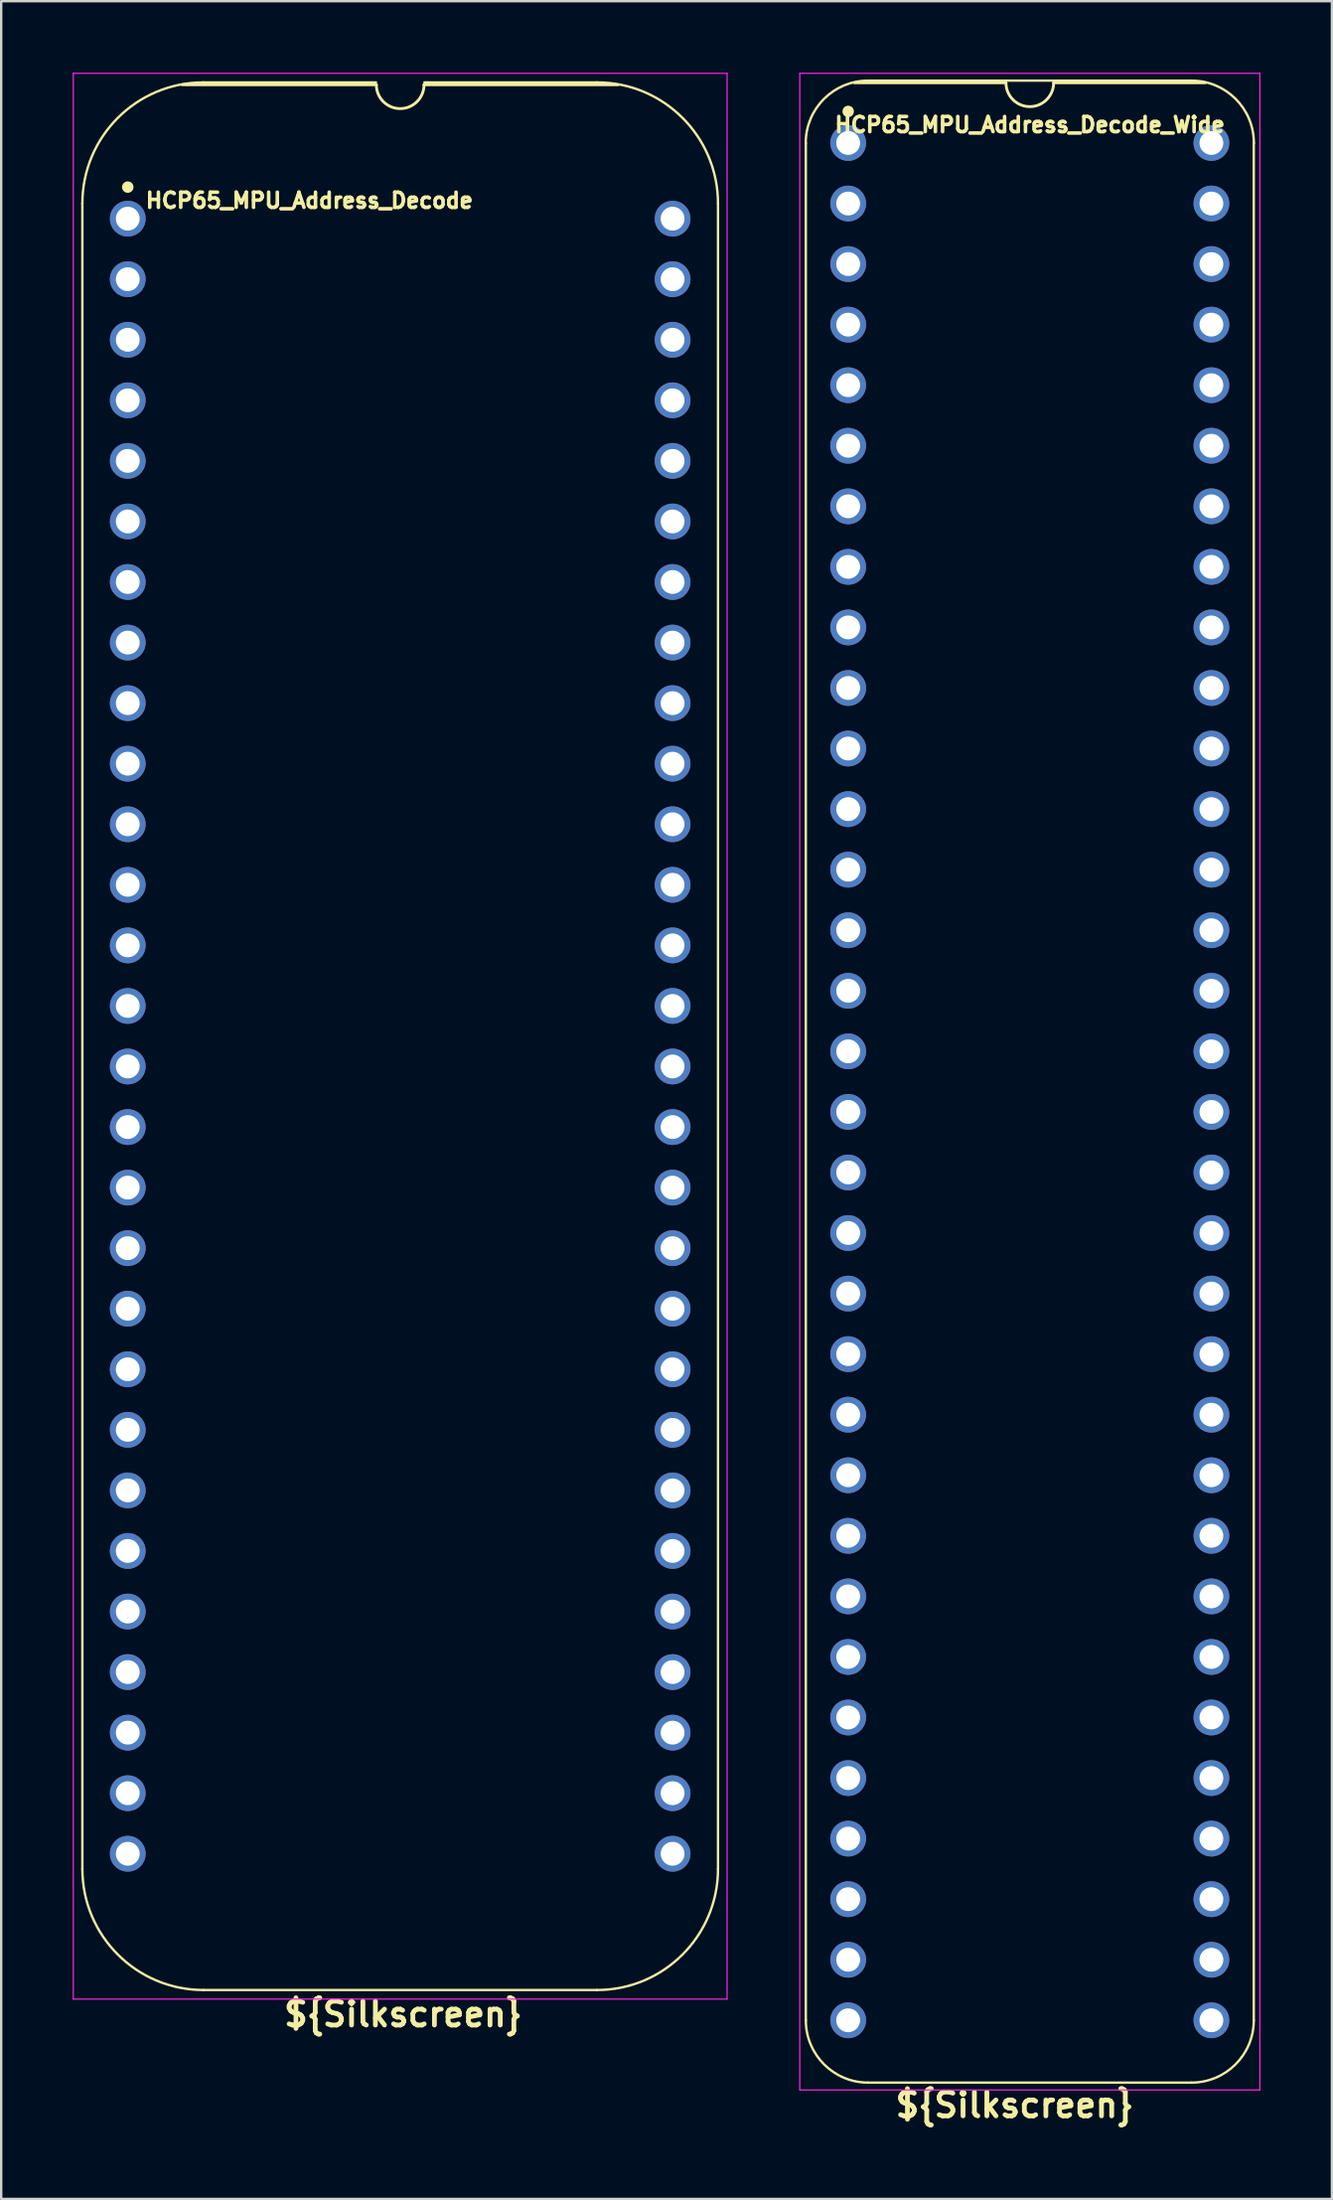
<source format=kicad_pcb>
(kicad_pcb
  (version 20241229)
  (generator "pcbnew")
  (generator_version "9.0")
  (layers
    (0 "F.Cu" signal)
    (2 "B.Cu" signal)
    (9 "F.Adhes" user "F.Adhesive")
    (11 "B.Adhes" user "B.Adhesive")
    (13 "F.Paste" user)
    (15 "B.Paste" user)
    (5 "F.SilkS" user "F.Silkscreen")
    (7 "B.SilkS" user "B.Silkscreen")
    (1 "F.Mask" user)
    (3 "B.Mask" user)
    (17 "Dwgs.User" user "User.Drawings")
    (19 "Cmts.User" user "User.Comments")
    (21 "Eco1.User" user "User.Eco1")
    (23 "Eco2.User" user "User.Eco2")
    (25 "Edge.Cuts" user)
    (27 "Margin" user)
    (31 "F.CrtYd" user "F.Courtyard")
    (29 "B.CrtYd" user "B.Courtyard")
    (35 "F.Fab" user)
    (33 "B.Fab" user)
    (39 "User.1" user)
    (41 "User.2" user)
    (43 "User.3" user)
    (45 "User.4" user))
  (footprint "HCP65_MPU_Address_Decode_Wide"
    (layer "F.Cu")
    (at 32.539 2.946)
    (property "Reference" "HCP65_MPU_Address_Decode_Wide" (at 7.62 -0.762 0) (layer "F.SilkS") (effects (font (size 0.635 0.635) (thickness 0.15))))
    (property "Silkscreen" "${Silkscreen}" (at 6.985 82.296 0) (layer "F.SilkS") (effects (font (size 1 1) (thickness 0.2))))
    (attr through_hole)
    (fp_line (start -1.778 78.74) (end -1.778 0) (stroke (width 0.1) (type solid)) (layer "F.SilkS"))
    (fp_line (start 0.832 -2.614) (end 14.408 -2.614) (stroke (width 0.1) (type solid)) (layer "F.SilkS"))
    (fp_line (start 6.62 -2.524) (end 0.254 -2.524) (stroke (width 0.12) (type solid)) (layer "F.SilkS"))
    (fp_line (start 14.404 81.354) (end 0.836 81.354) (stroke (width 0.1) (type solid)) (layer "F.SilkS"))
    (fp_line (start 14.986 -2.524) (end 8.62 -2.524) (stroke (width 0.12) (type solid)) (layer "F.SilkS"))
    (fp_line (start 17.018 78.74) (end 17.018 0) (stroke (width 0.1) (type solid)) (layer "F.SilkS"))
    (fp_arc (start -1.781544 0) (mid -1.016 -1.848188) (end 0.832188 -2.613732) (stroke (width 0.1) (type solid)) (layer "F.SilkS"))
    (fp_arc (start 0.835733 81.353733) (mid -1.012456 80.588189) (end -1.778 78.74) (stroke (width 0.1) (type solid)) (layer "F.SilkS"))
    (fp_arc (start 8.62 -2.524) (mid 7.62 -1.524) (end 6.62 -2.524) (stroke (width 0.12) (type solid)) (layer "F.SilkS"))
    (fp_arc (start 14.407812 -2.613732) (mid 16.256 -1.848188) (end 17.021544 0) (stroke (width 0.1) (type solid)) (layer "F.SilkS"))
    (fp_arc (start 17.018001 78.740001) (mid 16.252456 80.588188) (end 14.404269 81.353733) (stroke (width 0.1) (type solid)) (layer "F.SilkS"))
    (fp_circle (center 0 -1.323) (end 0.18 -1.323) (stroke (width 0.12) (type solid)) (fill yes) (layer "F.SilkS"))
    (fp_line (start -2.032 -2.921) (end -2.032 81.661) (stroke (width 0.05) (type solid)) (layer "F.CrtYd"))
    (fp_line (start -2.032 -2.921) (end 17.272 -2.921) (stroke (width 0.05) (type solid)) (layer "F.CrtYd"))
    (fp_line (start -2.032 81.661) (end 17.272 81.661) (stroke (width 0.05) (type solid)) (layer "F.CrtYd"))
    (fp_line (start 17.272 -2.921) (end 17.272 81.661) (stroke (width 0.05) (type solid)) (layer "F.CrtYd"))
    (pad "1" thru_hole circle (at 0 0) (size 1.5 1.5) (drill 1) (layers "*.Cu" "*.Mask"))
    (pad "2" thru_hole circle (at 0 2.54) (size 1.5 1.5) (drill 1) (layers "*.Cu" "*.Mask"))
    (pad "3" thru_hole circle (at 0 5.08) (size 1.5 1.5) (drill 1) (layers "*.Cu" "*.Mask"))
    (pad "4" thru_hole circle (at 0 7.62) (size 1.5 1.5) (drill 1) (layers "*.Cu" "*.Mask"))
    (pad "5" thru_hole circle (at 0 10.16) (size 1.5 1.5) (drill 1) (layers "*.Cu" "*.Mask"))
    (pad "6" thru_hole circle (at 0 12.7) (size 1.5 1.5) (drill 1) (layers "*.Cu" "*.Mask"))
    (pad "7" thru_hole circle (at 0 15.24) (size 1.5 1.5) (drill 1) (layers "*.Cu" "*.Mask"))
    (pad "8" thru_hole circle (at 0 17.78) (size 1.5 1.5) (drill 1) (layers "*.Cu" "*.Mask"))
    (pad "9" thru_hole circle (at 0 20.32) (size 1.5 1.5) (drill 1) (layers "*.Cu" "*.Mask"))
    (pad "10" thru_hole circle (at 0 22.86) (size 1.5 1.5) (drill 1) (layers "*.Cu" "*.Mask"))
    (pad "11" thru_hole circle (at 0 25.4) (size 1.5 1.5) (drill 1) (layers "*.Cu" "*.Mask"))
    (pad "12" thru_hole circle (at 0 27.94) (size 1.5 1.5) (drill 1) (layers "*.Cu" "*.Mask"))
    (pad "13" thru_hole circle (at 0 30.48) (size 1.5 1.5) (drill 1) (layers "*.Cu" "*.Mask"))
    (pad "14" thru_hole circle (at 0 33.02) (size 1.5 1.5) (drill 1) (layers "*.Cu" "*.Mask"))
    (pad "15" thru_hole circle (at 0 35.56) (size 1.5 1.5) (drill 1) (layers "*.Cu" "*.Mask"))
    (pad "16" thru_hole circle (at 0 38.1) (size 1.5 1.5) (drill 1) (layers "*.Cu" "*.Mask"))
    (pad "17" thru_hole circle (at 0 40.64) (size 1.5 1.5) (drill 1) (layers "*.Cu" "*.Mask"))
    (pad "18" thru_hole circle (at 0 43.18) (size 1.5 1.5) (drill 1) (layers "*.Cu" "*.Mask"))
    (pad "19" thru_hole circle (at 0 45.72) (size 1.5 1.5) (drill 1) (layers "*.Cu" "*.Mask"))
    (pad "20" thru_hole circle (at 0 48.26) (size 1.5 1.5) (drill 1) (layers "*.Cu" "*.Mask"))
    (pad "21" thru_hole circle (at 0 50.8) (size 1.5 1.5) (drill 1) (layers "*.Cu" "*.Mask"))
    (pad "22" thru_hole circle (at 0 53.34) (size 1.5 1.5) (drill 1) (layers "*.Cu" "*.Mask"))
    (pad "23" thru_hole circle (at 0 55.88) (size 1.5 1.5) (drill 1) (layers "*.Cu" "*.Mask"))
    (pad "24" thru_hole circle (at 0 58.42) (size 1.5 1.5) (drill 1) (layers "*.Cu" "*.Mask"))
    (pad "25" thru_hole circle (at 0 60.96) (size 1.5 1.5) (drill 1) (layers "*.Cu" "*.Mask"))
    (pad "26" thru_hole circle (at 0 63.5) (size 1.5 1.5) (drill 1) (layers "*.Cu" "*.Mask"))
    (pad "27" thru_hole circle (at 0 66.04) (size 1.5 1.5) (drill 1) (layers "*.Cu" "*.Mask"))
    (pad "28" thru_hole circle (at 0 68.58) (size 1.5 1.5) (drill 1) (layers "*.Cu" "*.Mask"))
    (pad "29" thru_hole circle (at 0 71.12) (size 1.5 1.5) (drill 1) (layers "*.Cu" "*.Mask"))
    (pad "30" thru_hole circle (at 0 73.66) (size 1.5 1.5) (drill 1) (layers "*.Cu" "*.Mask"))
    (pad "31" thru_hole circle (at 0 76.2) (size 1.5 1.5) (drill 1) (layers "*.Cu" "*.Mask"))
    (pad "32" thru_hole circle (at 0 78.74) (size 1.5 1.5) (drill 1) (layers "*.Cu" "*.Mask"))
    (pad "33" thru_hole circle (at 15.24 78.74) (size 1.5 1.5) (drill 1) (layers "*.Cu" "*.Mask"))
    (pad "34" thru_hole circle (at 15.24 76.2) (size 1.5 1.5) (drill 1) (layers "*.Cu" "*.Mask"))
    (pad "35" thru_hole circle (at 15.24 73.66) (size 1.5 1.5) (drill 1) (layers "*.Cu" "*.Mask"))
    (pad "36" thru_hole circle (at 15.24 71.12) (size 1.5 1.5) (drill 1) (layers "*.Cu" "*.Mask"))
    (pad "37" thru_hole circle (at 15.24 68.58) (size 1.5 1.5) (drill 1) (layers "*.Cu" "*.Mask"))
    (pad "38" thru_hole circle (at 15.24 66.04) (size 1.5 1.5) (drill 1) (layers "*.Cu" "*.Mask"))
    (pad "39" thru_hole circle (at 15.24 63.5) (size 1.5 1.5) (drill 1) (layers "*.Cu" "*.Mask"))
    (pad "40" thru_hole circle (at 15.24 60.96) (size 1.5 1.5) (drill 1) (layers "*.Cu" "*.Mask"))
    (pad "41" thru_hole circle (at 15.24 58.42) (size 1.5 1.5) (drill 1) (layers "*.Cu" "*.Mask"))
    (pad "42" thru_hole circle (at 15.24 55.88) (size 1.5 1.5) (drill 1) (layers "*.Cu" "*.Mask"))
    (pad "43" thru_hole circle (at 15.24 53.34) (size 1.5 1.5) (drill 1) (layers "*.Cu" "*.Mask"))
    (pad "44" thru_hole circle (at 15.24 50.8) (size 1.5 1.5) (drill 1) (layers "*.Cu" "*.Mask"))
    (pad "45" thru_hole circle (at 15.24 48.26) (size 1.5 1.5) (drill 1) (layers "*.Cu" "*.Mask"))
    (pad "46" thru_hole circle (at 15.24 45.72) (size 1.5 1.5) (drill 1) (layers "*.Cu" "*.Mask"))
    (pad "47" thru_hole circle (at 15.24 43.18) (size 1.5 1.5) (drill 1) (layers "*.Cu" "*.Mask"))
    (pad "48" thru_hole circle (at 15.24 40.64) (size 1.5 1.5) (drill 1) (layers "*.Cu" "*.Mask"))
    (pad "49" thru_hole circle (at 15.24 38.1) (size 1.5 1.5) (drill 1) (layers "*.Cu" "*.Mask"))
    (pad "50" thru_hole circle (at 15.24 35.56) (size 1.5 1.5) (drill 1) (layers "*.Cu" "*.Mask"))
    (pad "51" thru_hole circle (at 15.24 33.02) (size 1.5 1.5) (drill 1) (layers "*.Cu" "*.Mask"))
    (pad "52" thru_hole circle (at 15.24 30.48) (size 1.5 1.5) (drill 1) (layers "*.Cu" "*.Mask"))
    (pad "53" thru_hole circle (at 15.24 27.94) (size 1.5 1.5) (drill 1) (layers "*.Cu" "*.Mask"))
    (pad "54" thru_hole circle (at 15.24 25.4) (size 1.5 1.5) (drill 1) (layers "*.Cu" "*.Mask"))
    (pad "55" thru_hole circle (at 15.24 22.86) (size 1.5 1.5) (drill 1) (layers "*.Cu" "*.Mask"))
    (pad "56" thru_hole circle (at 15.24 20.32) (size 1.5 1.5) (drill 1) (layers "*.Cu" "*.Mask"))
    (pad "57" thru_hole circle (at 15.24 17.78) (size 1.5 1.5) (drill 1) (layers "*.Cu" "*.Mask"))
    (pad "58" thru_hole circle (at 15.24 15.24) (size 1.5 1.5) (drill 1) (layers "*.Cu" "*.Mask"))
    (pad "59" thru_hole circle (at 15.24 12.7) (size 1.5 1.5) (drill 1) (layers "*.Cu" "*.Mask"))
    (pad "60" thru_hole circle (at 15.24 10.16) (size 1.5 1.5) (drill 1) (layers "*.Cu" "*.Mask"))
    (pad "61" thru_hole circle (at 15.24 7.62) (size 1.5 1.5) (drill 1) (layers "*.Cu" "*.Mask"))
    (pad "62" thru_hole circle (at 15.24 5.08) (size 1.5 1.5) (drill 1) (layers "*.Cu" "*.Mask"))
    (pad "63" thru_hole circle (at 15.24 2.54) (size 1.5 1.5) (drill 1) (layers "*.Cu" "*.Mask"))
    (pad "64" thru_hole circle (at 15.24 0) (size 1.5 1.5) (drill 1) (layers "*.Cu" "*.Mask")))
  (footprint "HCP65_MPU_Address_Decode"
    (layer "F.Cu")
    (at 2.311 6.121)
    (property "Reference" "HCP65_MPU_Address_Decode" (at 7.62 -0.762 0) (layer "F.SilkS") (effects (font (size 0.635 0.635) (thickness 0.15))))
    (property "Silkscreen" "${Silkscreen}" (at 11.557 75.311 0) (unlocked yes) (layer "F.SilkS") (effects (font (size 1 1) (thickness 0.2) (bold yes))))
    (attr through_hole)
    (fp_line (start -1.905 -0.635) (end -1.905 69.215) (stroke (width 0.1) (type solid)) (layer "F.SilkS"))
    (fp_line (start 10.414 -5.715) (end 3.175 -5.715) (stroke (width 0.1) (type solid)) (layer "F.SilkS"))
    (fp_line (start 10.43 -5.616) (end 2.286 -5.616) (stroke (width 0.12) (type solid)) (layer "F.SilkS"))
    (fp_line (start 19.685 -5.715) (end 12.446 -5.715) (stroke (width 0.1) (type solid)) (layer "F.SilkS"))
    (fp_line (start 19.685 74.295) (end 3.175 74.295) (stroke (width 0.1) (type solid)) (layer "F.SilkS"))
    (fp_line (start 20.574 -5.616) (end 12.43 -5.616) (stroke (width 0.12) (type solid)) (layer "F.SilkS"))
    (fp_line (start 24.765 69.215) (end 24.765 -0.635) (stroke (width 0.1) (type solid)) (layer "F.SilkS"))
    (fp_arc (start -1.905 -0.635) (mid -0.417102 -4.227102) (end 3.175 -5.715) (stroke (width 0.1) (type solid)) (layer "F.SilkS"))
    (fp_arc (start 3.175 74.295) (mid -0.417102 72.807102) (end -1.905 69.215) (stroke (width 0.1) (type solid)) (layer "F.SilkS"))
    (fp_arc (start 12.43 -5.616) (mid 11.43 -4.616) (end 10.43 -5.616) (stroke (width 0.12) (type solid)) (layer "F.SilkS"))
    (fp_arc (start 19.685 -5.715) (mid 23.277102 -4.227102) (end 24.765 -0.635) (stroke (width 0.1) (type solid)) (layer "F.SilkS"))
    (fp_arc (start 24.765 69.215) (mid 23.277102 72.807102) (end 19.685 74.295) (stroke (width 0.1) (type solid)) (layer "F.SilkS"))
    (fp_circle (center 0 -1.323) (end 0.18 -1.323) (stroke (width 0.12) (type solid)) (fill yes) (layer "F.SilkS"))
    (fp_line (start -2.286 -6.096) (end -2.286 74.676) (stroke (width 0.05) (type solid)) (layer "F.CrtYd"))
    (fp_line (start -2.286 -6.096) (end 25.146 -6.096) (stroke (width 0.05) (type solid)) (layer "F.CrtYd"))
    (fp_line (start -2.286 74.676) (end 25.146 74.676) (stroke (width 0.05) (type solid)) (layer "F.CrtYd"))
    (fp_line (start 25.146 74.676) (end 25.146 -6.096) (stroke (width 0.05) (type solid)) (layer "F.CrtYd"))
    (pad "1" thru_hole circle (at 0 0) (size 1.5 1.5) (drill 1) (layers "*.Cu" "*.Mask"))
    (pad "2" thru_hole circle (at 0 2.54) (size 1.5 1.5) (drill 1) (layers "*.Cu" "*.Mask"))
    (pad "3" thru_hole circle (at 0 5.08) (size 1.5 1.5) (drill 1) (layers "*.Cu" "*.Mask"))
    (pad "4" thru_hole circle (at 0 7.62) (size 1.5 1.5) (drill 1) (layers "*.Cu" "*.Mask"))
    (pad "5" thru_hole circle (at 0 10.16) (size 1.5 1.5) (drill 1) (layers "*.Cu" "*.Mask"))
    (pad "6" thru_hole circle (at 0 12.7) (size 1.5 1.5) (drill 1) (layers "*.Cu" "*.Mask"))
    (pad "7" thru_hole circle (at 0 15.24) (size 1.5 1.5) (drill 1) (layers "*.Cu" "*.Mask"))
    (pad "8" thru_hole circle (at 0 17.78) (size 1.5 1.5) (drill 1) (layers "*.Cu" "*.Mask"))
    (pad "9" thru_hole circle (at 0 20.32) (size 1.5 1.5) (drill 1) (layers "*.Cu" "*.Mask"))
    (pad "10" thru_hole circle (at 0 22.86) (size 1.5 1.5) (drill 1) (layers "*.Cu" "*.Mask"))
    (pad "11" thru_hole circle (at 0 25.4) (size 1.5 1.5) (drill 1) (layers "*.Cu" "*.Mask"))
    (pad "12" thru_hole circle (at 0 27.94) (size 1.5 1.5) (drill 1) (layers "*.Cu" "*.Mask"))
    (pad "13" thru_hole circle (at 0 30.48) (size 1.5 1.5) (drill 1) (layers "*.Cu" "*.Mask"))
    (pad "14" thru_hole circle (at 0 33.02) (size 1.5 1.5) (drill 1) (layers "*.Cu" "*.Mask"))
    (pad "15" thru_hole circle (at 0 35.56) (size 1.5 1.5) (drill 1) (layers "*.Cu" "*.Mask"))
    (pad "16" thru_hole circle (at 0 38.1) (size 1.5 1.5) (drill 1) (layers "*.Cu" "*.Mask"))
    (pad "17" thru_hole circle (at 0 40.64) (size 1.5 1.5) (drill 1) (layers "*.Cu" "*.Mask"))
    (pad "18" thru_hole circle (at 0 43.18) (size 1.5 1.5) (drill 1) (layers "*.Cu" "*.Mask"))
    (pad "19" thru_hole circle (at 0 45.72) (size 1.5 1.5) (drill 1) (layers "*.Cu" "*.Mask"))
    (pad "20" thru_hole circle (at 0 48.26) (size 1.5 1.5) (drill 1) (layers "*.Cu" "*.Mask"))
    (pad "21" thru_hole circle (at 0 50.8) (size 1.5 1.5) (drill 1) (layers "*.Cu" "*.Mask"))
    (pad "22" thru_hole circle (at 0 53.34) (size 1.5 1.5) (drill 1) (layers "*.Cu" "*.Mask"))
    (pad "23" thru_hole circle (at 0 55.88) (size 1.5 1.5) (drill 1) (layers "*.Cu" "*.Mask"))
    (pad "24" thru_hole circle (at 0 58.42) (size 1.5 1.5) (drill 1) (layers "*.Cu" "*.Mask"))
    (pad "25" thru_hole circle (at 0 60.96) (size 1.5 1.5) (drill 1) (layers "*.Cu" "*.Mask"))
    (pad "26" thru_hole circle (at 0 63.5) (size 1.5 1.5) (drill 1) (layers "*.Cu" "*.Mask"))
    (pad "27" thru_hole circle (at 0 66.04) (size 1.5 1.5) (drill 1) (layers "*.Cu" "*.Mask"))
    (pad "28" thru_hole circle (at 0 68.58) (size 1.5 1.5) (drill 1) (layers "*.Cu" "*.Mask"))
    (pad "29" thru_hole circle (at 22.86 68.58) (size 1.5 1.5) (drill 1) (layers "*.Cu" "*.Mask"))
    (pad "30" thru_hole circle (at 22.86 66.04) (size 1.5 1.5) (drill 1) (layers "*.Cu" "*.Mask"))
    (pad "31" thru_hole circle (at 22.86 63.5) (size 1.5 1.5) (drill 1) (layers "*.Cu" "*.Mask"))
    (pad "32" thru_hole circle (at 22.86 60.96) (size 1.5 1.5) (drill 1) (layers "*.Cu" "*.Mask"))
    (pad "33" thru_hole circle (at 22.86 58.42) (size 1.5 1.5) (drill 1) (layers "*.Cu" "*.Mask"))
    (pad "34" thru_hole circle (at 22.86 55.88) (size 1.5 1.5) (drill 1) (layers "*.Cu" "*.Mask"))
    (pad "35" thru_hole circle (at 22.86 53.34) (size 1.5 1.5) (drill 1) (layers "*.Cu" "*.Mask"))
    (pad "36" thru_hole circle (at 22.86 50.8) (size 1.5 1.5) (drill 1) (layers "*.Cu" "*.Mask"))
    (pad "37" thru_hole circle (at 22.86 48.26) (size 1.5 1.5) (drill 1) (layers "*.Cu" "*.Mask"))
    (pad "38" thru_hole circle (at 22.86 45.72) (size 1.5 1.5) (drill 1) (layers "*.Cu" "*.Mask"))
    (pad "39" thru_hole circle (at 22.86 43.18) (size 1.5 1.5) (drill 1) (layers "*.Cu" "*.Mask"))
    (pad "40" thru_hole circle (at 22.86 40.64) (size 1.5 1.5) (drill 1) (layers "*.Cu" "*.Mask"))
    (pad "41" thru_hole circle (at 22.86 38.1) (size 1.5 1.5) (drill 1) (layers "*.Cu" "*.Mask"))
    (pad "42" thru_hole circle (at 22.86 35.56) (size 1.5 1.5) (drill 1) (layers "*.Cu" "*.Mask"))
    (pad "43" thru_hole circle (at 22.86 33.02) (size 1.5 1.5) (drill 1) (layers "*.Cu" "*.Mask"))
    (pad "44" thru_hole circle (at 22.86 30.48) (size 1.5 1.5) (drill 1) (layers "*.Cu" "*.Mask"))
    (pad "45" thru_hole circle (at 22.86 27.94) (size 1.5 1.5) (drill 1) (layers "*.Cu" "*.Mask"))
    (pad "46" thru_hole circle (at 22.86 25.4) (size 1.5 1.5) (drill 1) (layers "*.Cu" "*.Mask"))
    (pad "47" thru_hole circle (at 22.86 22.86) (size 1.5 1.5) (drill 1) (layers "*.Cu" "*.Mask"))
    (pad "48" thru_hole circle (at 22.86 20.32) (size 1.5 1.5) (drill 1) (layers "*.Cu" "*.Mask"))
    (pad "49" thru_hole circle (at 22.86 17.78) (size 1.5 1.5) (drill 1) (layers "*.Cu" "*.Mask"))
    (pad "50" thru_hole circle (at 22.86 15.24) (size 1.5 1.5) (drill 1) (layers "*.Cu" "*.Mask"))
    (pad "51" thru_hole circle (at 22.86 12.7) (size 1.5 1.5) (drill 1) (layers "*.Cu" "*.Mask"))
    (pad "52" thru_hole circle (at 22.86 10.16) (size 1.5 1.5) (drill 1) (layers "*.Cu" "*.Mask"))
    (pad "53" thru_hole circle (at 22.86 7.62) (size 1.5 1.5) (drill 1) (layers "*.Cu" "*.Mask"))
    (pad "54" thru_hole circle (at 22.86 5.08) (size 1.5 1.5) (drill 1) (layers "*.Cu" "*.Mask"))
    (pad "55" thru_hole circle (at 22.86 2.54) (size 1.5 1.5) (drill 1) (layers "*.Cu" "*.Mask"))
    (pad "56" thru_hole circle (at 22.86 0) (size 1.5 1.5) (drill 1) (layers "*.Cu" "*.Mask")))
  (gr_rect
    (start -3 -3)
    (end 52.836 89.178)
    (stroke (width 0.1) (type default))
    (fill no)
    (layer "Edge.Cuts")))
</source>
